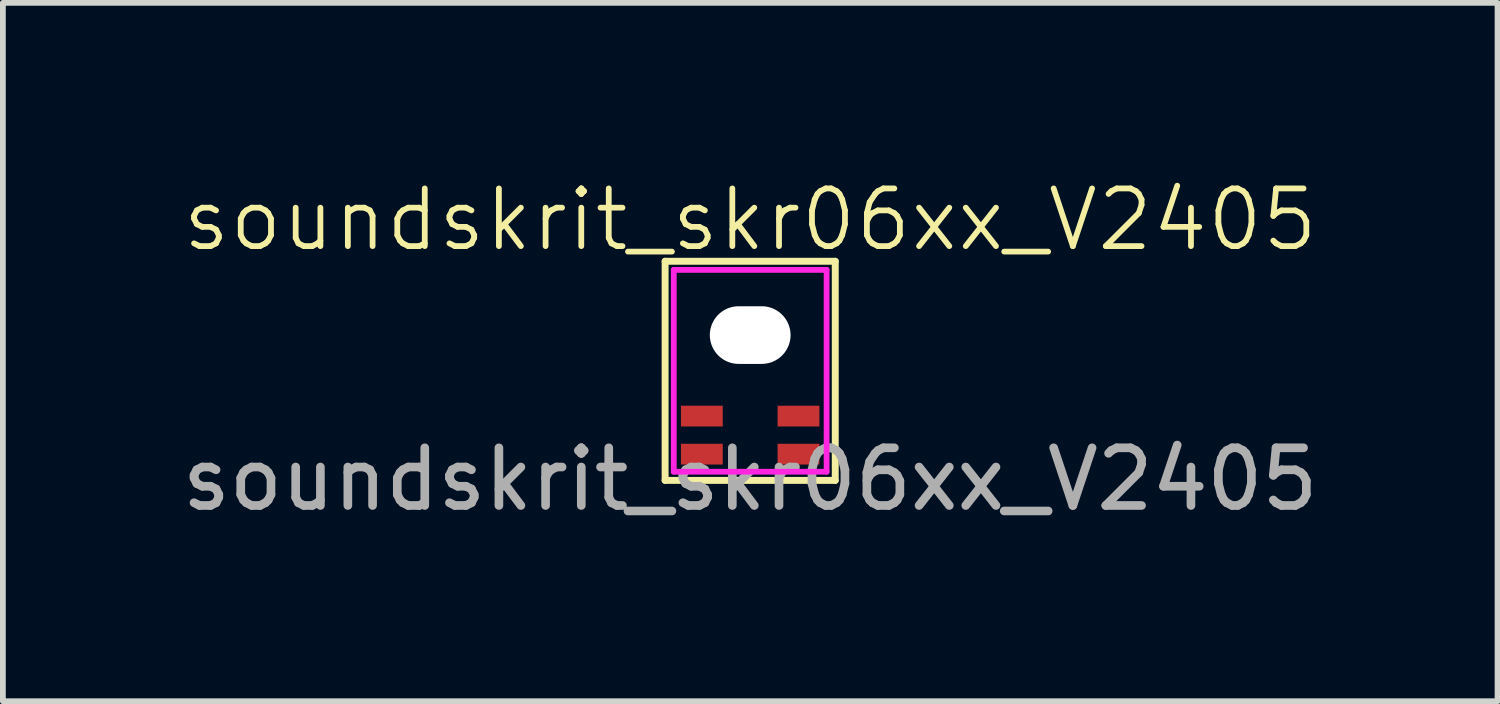
<source format=kicad_pcb>
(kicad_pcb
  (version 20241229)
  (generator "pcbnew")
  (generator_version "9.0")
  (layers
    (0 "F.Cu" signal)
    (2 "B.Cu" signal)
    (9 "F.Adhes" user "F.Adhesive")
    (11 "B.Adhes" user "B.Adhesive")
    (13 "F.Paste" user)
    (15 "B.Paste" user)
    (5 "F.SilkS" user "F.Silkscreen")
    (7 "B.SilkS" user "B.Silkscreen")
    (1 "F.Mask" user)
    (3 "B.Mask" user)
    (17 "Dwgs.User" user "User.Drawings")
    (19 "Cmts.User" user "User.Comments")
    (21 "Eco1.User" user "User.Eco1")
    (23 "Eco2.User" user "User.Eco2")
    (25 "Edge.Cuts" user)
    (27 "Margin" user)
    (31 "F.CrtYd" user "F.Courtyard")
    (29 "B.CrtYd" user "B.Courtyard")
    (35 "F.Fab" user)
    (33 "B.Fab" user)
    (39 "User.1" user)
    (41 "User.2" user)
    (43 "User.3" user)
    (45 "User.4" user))
  (footprint "soundskrit_skr06xx_V2405"
    (layer "F.Cu")
    (at 9.958 2.76)
    (property "Reference" "soundskrit_skr06xx_V2405" (at 0 -2 0) (unlocked yes) (layer "F.SilkS") (effects (font (size 1 1) (thickness 0.1))))
    (attr smd)
    (fp_line (start -0.2 -0.825) (end 0.2 -0.825) (stroke (width 0.25) (type default)) (layer "F.Mask"))
    (fp_line (start -0.2 0.825) (end 0.2 0.825) (stroke (width 0.25) (type default)) (layer "F.Mask"))
    (fp_arc (start -0.2 0.825) (mid -1.025 0) (end -0.2 -0.825) (stroke (width 0.25) (type default)) (layer "F.Mask"))
    (fp_arc (start 0.2 -0.825) (mid 1.025 0) (end 0.2 0.825) (stroke (width 0.25) (type default)) (layer "F.Mask"))
    (fp_line (start -1.475 -1.28) (end -1.475 2.52) (stroke (width 0.12) (type solid)) (layer "F.SilkS"))
    (fp_line (start -1.475 -1.28) (end 1.475 -1.28) (stroke (width 0.12) (type solid)) (layer "F.SilkS"))
    (fp_line (start -1.475 2.52) (end 1.475 2.52) (stroke (width 0.12) (type solid)) (layer "F.SilkS"))
    (fp_line (start 1.475 -1.28) (end 1.475 2.52) (stroke (width 0.12) (type solid)) (layer "F.SilkS"))
    (fp_line (start -1.325 -1.13) (end -1.325 2.37) (stroke (width 0.1) (type solid)) (layer "F.CrtYd"))
    (fp_line (start 1.325 -1.13) (end -1.325 -1.13) (stroke (width 0.1) (type solid)) (layer "F.CrtYd"))
    (fp_line (start 1.325 -1.13) (end 1.325 2.37) (stroke (width 0.1) (type solid)) (layer "F.CrtYd"))
    (fp_line (start 1.325 2.37) (end -1.325 2.37) (stroke (width 0.1) (type solid)) (layer "F.CrtYd"))
    (fp_text user "${REFERENCE}" (at 0 2.5 0) (unlocked yes) (layer "F.Fab") (effects (font (size 1 1) (thickness 0.15))))
    (pad "" np_thru_hole oval (at 0 0) (size 1.4 1) (drill oval 1.4 1) (layers "*.Cu" "*.Mask"))
    (pad "1" smd rect (at 0.838 2.065) (size 0.725 0.36) (layers "F.Cu" "F.Mask" "F.Paste"))
    (pad "2" smd rect (at 0.838 1.405) (size 0.725 0.36) (layers "F.Cu" "F.Mask" "F.Paste"))
    (pad "4" smd rect (at -0.838 1.405) (size 0.725 0.36) (layers "F.Cu" "F.Mask" "F.Paste"))
    (pad "5" smd rect (at -0.838 2.065) (size 0.725 0.36) (layers "F.Cu" "F.Mask" "F.Paste")))
  (gr_rect
    (start -3 -3)
    (end 22.917 9.109)
    (stroke (width 0.1) (type default))
    (fill no)
    (layer "Edge.Cuts")))
</source>
